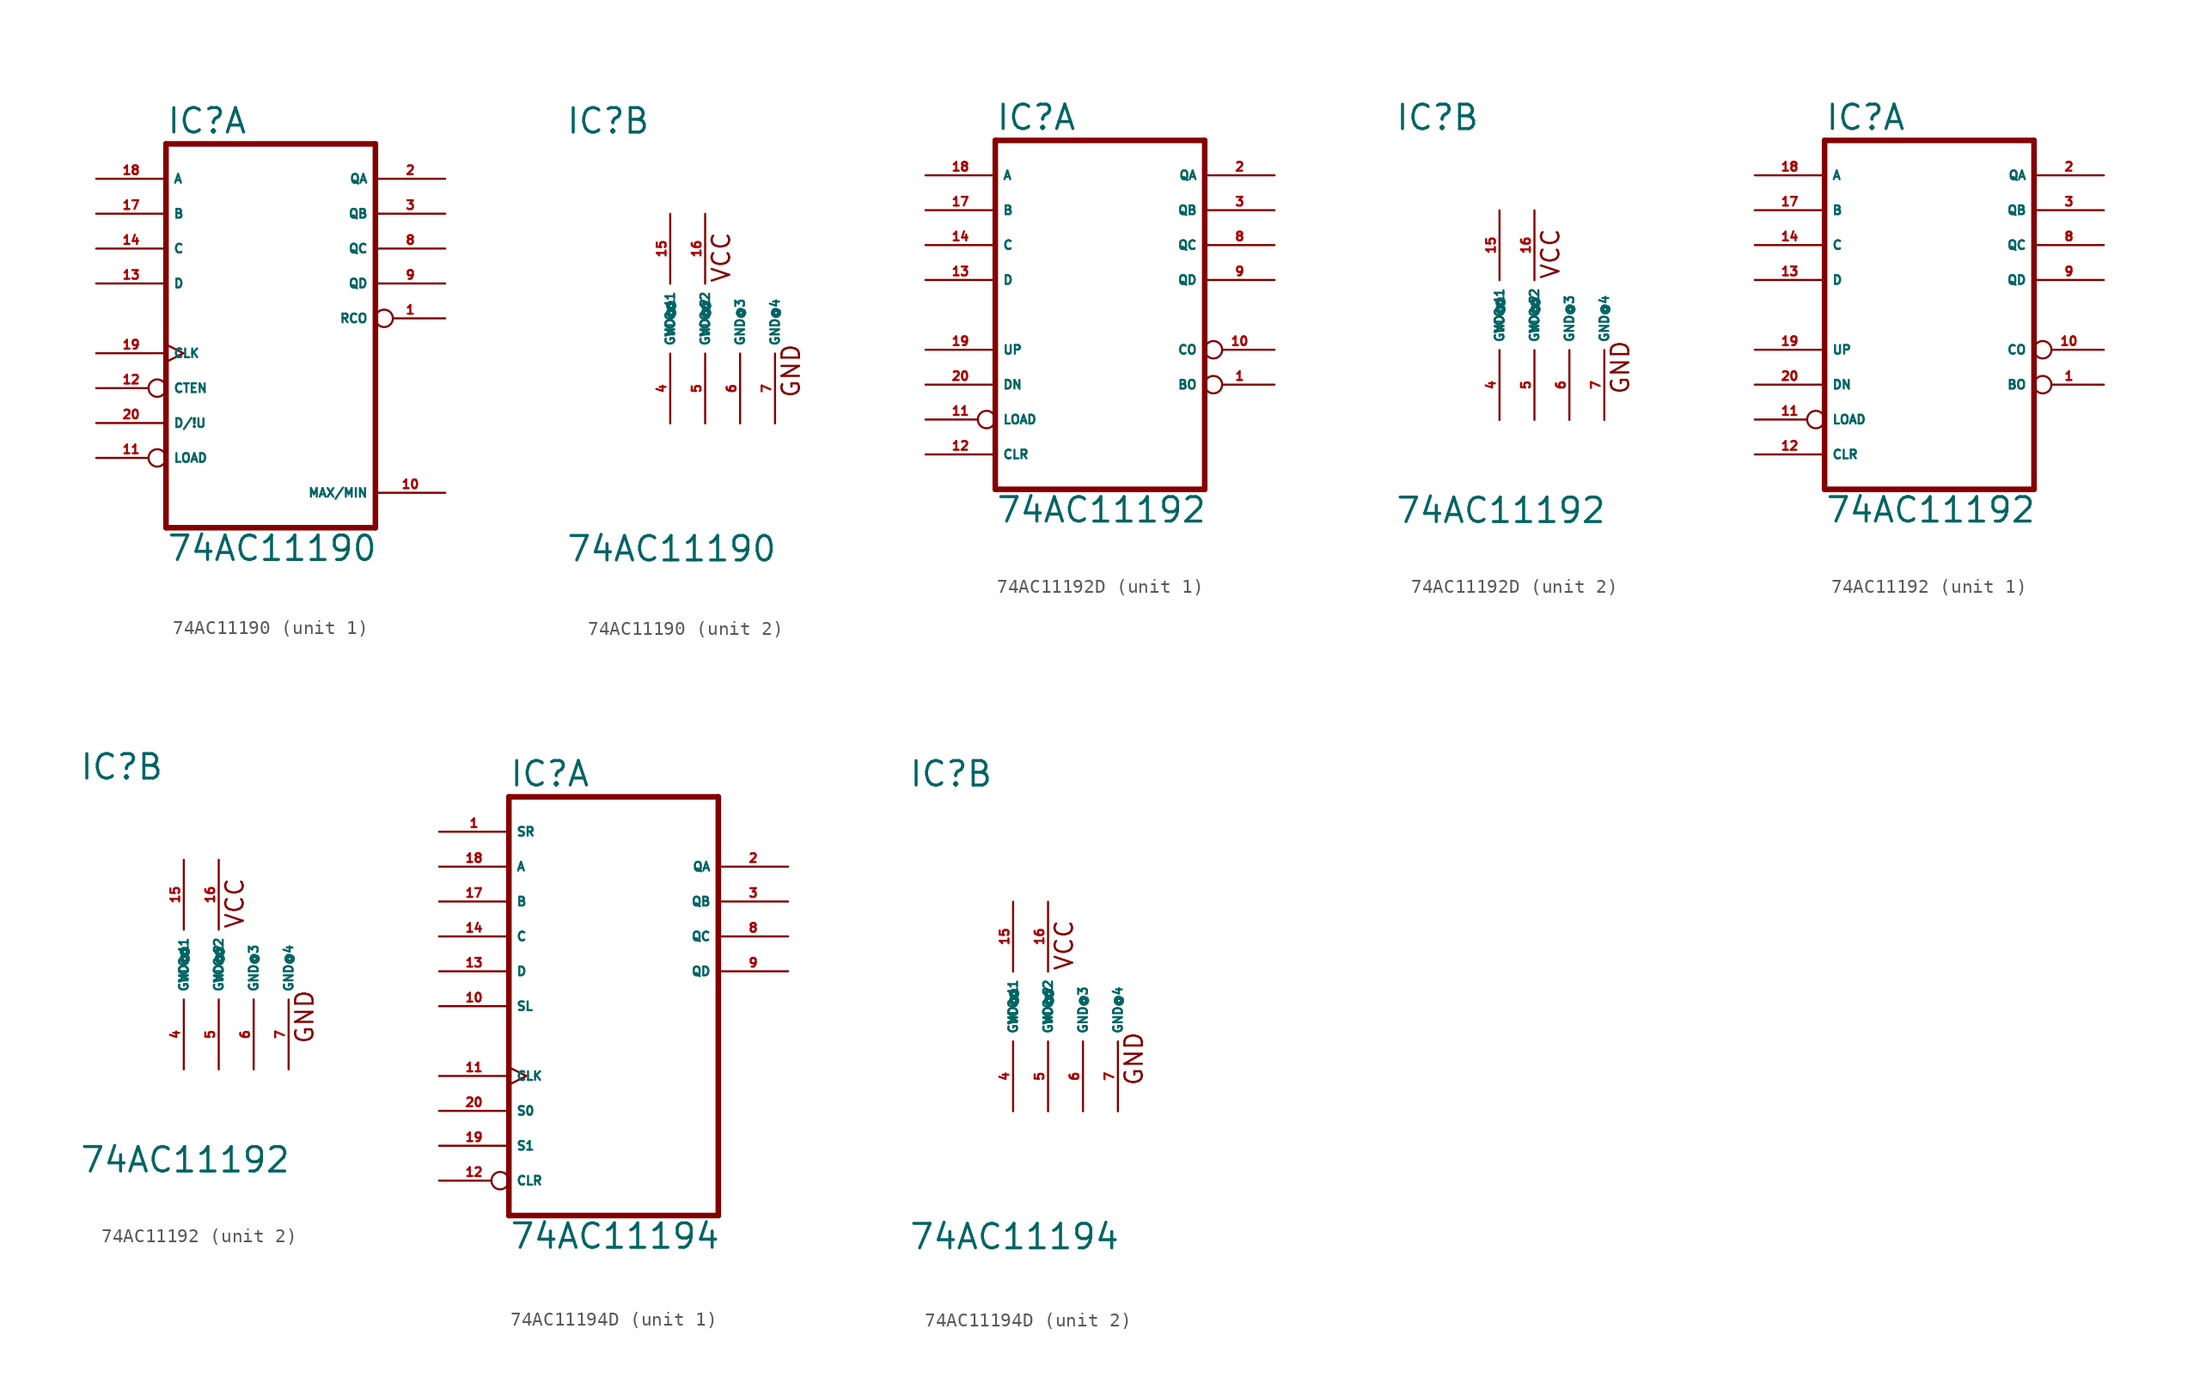
<source format=kicad_sym>
(kicad_symbol_lib
  (version 20220914)
  (generator Eagle2Kicad)
  (symbol "74AC11190"
    (property "Reference" "IC"
      (at -7.62 13.335 0)
      (effects (font (size 1.778 1.778) (thickness 0.22)) (justify left bottom)))
    (property "Value" "74AC11190"
      (at -7.62 -17.78 0)
      (effects (font (size 1.778 1.778) (thickness 0.22)) (justify left bottom)))
    (symbol "74AC11190_1_0"
      (polyline (pts (xy -7.62 -15.24) (xy 7.62 -15.24)) (stroke (width 0.406) (type default)) (fill (type none)))
      (polyline (pts (xy 7.62 -15.24) (xy 7.62 12.7)) (stroke (width 0.406) (type default)) (fill (type none)))
      (polyline (pts (xy 7.62 12.7) (xy -7.62 12.7)) (stroke (width 0.406) (type default)) (fill (type none)))
      (polyline (pts (xy -7.62 12.7) (xy -7.62 -15.24)) (stroke (width 0.406) (type default)) (fill (type none)))
      (pin output inverted (at 12.7 0 180) (length 5.08) (name "RCO" (effects (font (size 0.635 0.635) (thickness 0.08)) (justify left bottom))) (number "1" (effects (font (size 0.635 0.635) (thickness 0.08)) (justify left bottom))))
      (pin output line (at 12.7 10.16 180) (length 5.08) (name "QA" (effects (font (size 0.635 0.635) (thickness 0.08)) (justify left bottom))) (number "2" (effects (font (size 0.635 0.635) (thickness 0.08)) (justify left bottom))))
      (pin output line (at 12.7 7.62 180) (length 5.08) (name "QB" (effects (font (size 0.635 0.635) (thickness 0.08)) (justify left bottom))) (number "3" (effects (font (size 0.635 0.635) (thickness 0.08)) (justify left bottom))))
      (pin output line (at 12.7 5.08 180) (length 5.08) (name "QC" (effects (font (size 0.635 0.635) (thickness 0.08)) (justify left bottom))) (number "8" (effects (font (size 0.635 0.635) (thickness 0.08)) (justify left bottom))))
      (pin output line (at 12.7 2.54 180) (length 5.08) (name "QD" (effects (font (size 0.635 0.635) (thickness 0.08)) (justify left bottom))) (number "9" (effects (font (size 0.635 0.635) (thickness 0.08)) (justify left bottom))))
      (pin output line (at 12.7 -12.7 180) (length 5.08) (name "MAX/MIN" (effects (font (size 0.635 0.635) (thickness 0.08)) (justify left bottom))) (number "10" (effects (font (size 0.635 0.635) (thickness 0.08)) (justify left bottom))))
      (pin input inverted (at -12.7 -10.16 0) (length 5.08) (name "LOAD" (effects (font (size 0.635 0.635) (thickness 0.08)) (justify left bottom))) (number "11" (effects (font (size 0.635 0.635) (thickness 0.08)) (justify left bottom))))
      (pin input inverted (at -12.7 -5.08 0) (length 5.08) (name "CTEN" (effects (font (size 0.635 0.635) (thickness 0.08)) (justify left bottom))) (number "12" (effects (font (size 0.635 0.635) (thickness 0.08)) (justify left bottom))))
      (pin input line (at -12.7 2.54 0) (length 5.08) (name "D" (effects (font (size 0.635 0.635) (thickness 0.08)) (justify left bottom))) (number "13" (effects (font (size 0.635 0.635) (thickness 0.08)) (justify left bottom))))
      (pin input line (at -12.7 5.08 0) (length 5.08) (name "C" (effects (font (size 0.635 0.635) (thickness 0.08)) (justify left bottom))) (number "14" (effects (font (size 0.635 0.635) (thickness 0.08)) (justify left bottom))))
      (pin input line (at -12.7 7.62 0) (length 5.08) (name "B" (effects (font (size 0.635 0.635) (thickness 0.08)) (justify left bottom))) (number "17" (effects (font (size 0.635 0.635) (thickness 0.08)) (justify left bottom))))
      (pin input line (at -12.7 10.16 0) (length 5.08) (name "A" (effects (font (size 0.635 0.635) (thickness 0.08)) (justify left bottom))) (number "18" (effects (font (size 0.635 0.635) (thickness 0.08)) (justify left bottom))))
      (pin input clock (at -12.7 -2.54 0) (length 5.08) (name "CLK" (effects (font (size 0.635 0.635) (thickness 0.08)) (justify left bottom))) (number "19" (effects (font (size 0.635 0.635) (thickness 0.08)) (justify left bottom))))
      (pin input line (at -12.7 -7.62 0) (length 5.08) (name "D/!U" (effects (font (size 0.635 0.635) (thickness 0.08)) (justify left bottom))) (number "20" (effects (font (size 0.635 0.635) (thickness 0.08)) (justify left bottom)))))
    (symbol "74AC11190_2_0"
      (text "VCC" (at 4.445 2.54 900) (effects (font (size 1.27 1.27) (thickness 0.16)) (justify left bottom)))
      (text "GND" (at 9.525 -5.842 900) (effects (font (size 1.27 1.27) (thickness 0.16)) (justify left bottom)))
      (pin unspecified line (at 0 -7.62 90) (length 5.08) (name "GND@1" (effects (font (size 0.635 0.635) (thickness 0.08)) (justify left bottom))) (number "4" (effects (font (size 0.635 0.635) (thickness 0.08)) (justify left bottom))))
      (pin unspecified line (at 2.54 -7.62 90) (length 5.08) (name "GND@2" (effects (font (size 0.635 0.635) (thickness 0.08)) (justify left bottom))) (number "5" (effects (font (size 0.635 0.635) (thickness 0.08)) (justify left bottom))))
      (pin unspecified line (at 5.08 -7.62 90) (length 5.08) (name "GND@3" (effects (font (size 0.635 0.635) (thickness 0.08)) (justify left bottom))) (number "6" (effects (font (size 0.635 0.635) (thickness 0.08)) (justify left bottom))))
      (pin unspecified line (at 7.62 -7.62 90) (length 5.08) (name "GND@4" (effects (font (size 0.635 0.635) (thickness 0.08)) (justify left bottom))) (number "7" (effects (font (size 0.635 0.635) (thickness 0.08)) (justify left bottom))))
      (pin unspecified line (at 0 7.62 270) (length 5.08) (name "VCC@1" (effects (font (size 0.635 0.635) (thickness 0.08)) (justify left bottom))) (number "15" (effects (font (size 0.635 0.635) (thickness 0.08)) (justify left bottom))))
      (pin unspecified line (at 2.54 7.62 270) (length 5.08) (name "VCC@2" (effects (font (size 0.635 0.635) (thickness 0.08)) (justify left bottom))) (number "16" (effects (font (size 0.635 0.635) (thickness 0.08)) (justify left bottom))))))
  (symbol "74AC11192D"
    (property "Reference" "IC"
      (at -7.62 13.335 0)
      (effects (font (size 1.778 1.778) (thickness 0.22)) (justify left bottom)))
    (property "Value" "74AC11192"
      (at -7.62 -15.24 0)
      (effects (font (size 1.778 1.778) (thickness 0.22)) (justify left bottom)))
    (symbol "74AC11192D_1_0"
      (polyline (pts (xy -7.62 -12.7) (xy 7.62 -12.7)) (stroke (width 0.406) (type default)) (fill (type none)))
      (polyline (pts (xy 7.62 -12.7) (xy 7.62 12.7)) (stroke (width 0.406) (type default)) (fill (type none)))
      (polyline (pts (xy 7.62 12.7) (xy -7.62 12.7)) (stroke (width 0.406) (type default)) (fill (type none)))
      (polyline (pts (xy -7.62 12.7) (xy -7.62 -12.7)) (stroke (width 0.406) (type default)) (fill (type none)))
      (pin output inverted (at 12.7 -5.08 180) (length 5.08) (name "BO" (effects (font (size 0.635 0.635) (thickness 0.08)) (justify left bottom))) (number "1" (effects (font (size 0.635 0.635) (thickness 0.08)) (justify left bottom))))
      (pin output line (at 12.7 10.16 180) (length 5.08) (name "QA" (effects (font (size 0.635 0.635) (thickness 0.08)) (justify left bottom))) (number "2" (effects (font (size 0.635 0.635) (thickness 0.08)) (justify left bottom))))
      (pin output line (at 12.7 7.62 180) (length 5.08) (name "QB" (effects (font (size 0.635 0.635) (thickness 0.08)) (justify left bottom))) (number "3" (effects (font (size 0.635 0.635) (thickness 0.08)) (justify left bottom))))
      (pin output line (at 12.7 5.08 180) (length 5.08) (name "QC" (effects (font (size 0.635 0.635) (thickness 0.08)) (justify left bottom))) (number "8" (effects (font (size 0.635 0.635) (thickness 0.08)) (justify left bottom))))
      (pin output line (at 12.7 2.54 180) (length 5.08) (name "QD" (effects (font (size 0.635 0.635) (thickness 0.08)) (justify left bottom))) (number "9" (effects (font (size 0.635 0.635) (thickness 0.08)) (justify left bottom))))
      (pin output inverted (at 12.7 -2.54 180) (length 5.08) (name "CO" (effects (font (size 0.635 0.635) (thickness 0.08)) (justify left bottom))) (number "10" (effects (font (size 0.635 0.635) (thickness 0.08)) (justify left bottom))))
      (pin input inverted (at -12.7 -7.62 0) (length 5.08) (name "LOAD" (effects (font (size 0.635 0.635) (thickness 0.08)) (justify left bottom))) (number "11" (effects (font (size 0.635 0.635) (thickness 0.08)) (justify left bottom))))
      (pin input line (at -12.7 -10.16 0) (length 5.08) (name "CLR" (effects (font (size 0.635 0.635) (thickness 0.08)) (justify left bottom))) (number "12" (effects (font (size 0.635 0.635) (thickness 0.08)) (justify left bottom))))
      (pin input line (at -12.7 2.54 0) (length 5.08) (name "D" (effects (font (size 0.635 0.635) (thickness 0.08)) (justify left bottom))) (number "13" (effects (font (size 0.635 0.635) (thickness 0.08)) (justify left bottom))))
      (pin input line (at -12.7 5.08 0) (length 5.08) (name "C" (effects (font (size 0.635 0.635) (thickness 0.08)) (justify left bottom))) (number "14" (effects (font (size 0.635 0.635) (thickness 0.08)) (justify left bottom))))
      (pin input line (at -12.7 7.62 0) (length 5.08) (name "B" (effects (font (size 0.635 0.635) (thickness 0.08)) (justify left bottom))) (number "17" (effects (font (size 0.635 0.635) (thickness 0.08)) (justify left bottom))))
      (pin input line (at -12.7 10.16 0) (length 5.08) (name "A" (effects (font (size 0.635 0.635) (thickness 0.08)) (justify left bottom))) (number "18" (effects (font (size 0.635 0.635) (thickness 0.08)) (justify left bottom))))
      (pin input line (at -12.7 -2.54 0) (length 5.08) (name "UP" (effects (font (size 0.635 0.635) (thickness 0.08)) (justify left bottom))) (number "19" (effects (font (size 0.635 0.635) (thickness 0.08)) (justify left bottom))))
      (pin input line (at -12.7 -5.08 0) (length 5.08) (name "DN" (effects (font (size 0.635 0.635) (thickness 0.08)) (justify left bottom))) (number "20" (effects (font (size 0.635 0.635) (thickness 0.08)) (justify left bottom)))))
    (symbol "74AC11192D_2_0"
      (text "VCC" (at 4.445 2.54 900) (effects (font (size 1.27 1.27) (thickness 0.16)) (justify left bottom)))
      (text "GND" (at 9.525 -5.842 900) (effects (font (size 1.27 1.27) (thickness 0.16)) (justify left bottom)))
      (pin unspecified line (at 0 -7.62 90) (length 5.08) (name "GND@1" (effects (font (size 0.635 0.635) (thickness 0.08)) (justify left bottom))) (number "4" (effects (font (size 0.635 0.635) (thickness 0.08)) (justify left bottom))))
      (pin unspecified line (at 2.54 -7.62 90) (length 5.08) (name "GND@2" (effects (font (size 0.635 0.635) (thickness 0.08)) (justify left bottom))) (number "5" (effects (font (size 0.635 0.635) (thickness 0.08)) (justify left bottom))))
      (pin unspecified line (at 5.08 -7.62 90) (length 5.08) (name "GND@3" (effects (font (size 0.635 0.635) (thickness 0.08)) (justify left bottom))) (number "6" (effects (font (size 0.635 0.635) (thickness 0.08)) (justify left bottom))))
      (pin unspecified line (at 7.62 -7.62 90) (length 5.08) (name "GND@4" (effects (font (size 0.635 0.635) (thickness 0.08)) (justify left bottom))) (number "7" (effects (font (size 0.635 0.635) (thickness 0.08)) (justify left bottom))))
      (pin unspecified line (at 0 7.62 270) (length 5.08) (name "VCC@1" (effects (font (size 0.635 0.635) (thickness 0.08)) (justify left bottom))) (number "15" (effects (font (size 0.635 0.635) (thickness 0.08)) (justify left bottom))))
      (pin unspecified line (at 2.54 7.62 270) (length 5.08) (name "VCC@2" (effects (font (size 0.635 0.635) (thickness 0.08)) (justify left bottom))) (number "16" (effects (font (size 0.635 0.635) (thickness 0.08)) (justify left bottom))))))
  (symbol "74AC11192"
    (property "Reference" "IC"
      (at -7.62 13.335 0)
      (effects (font (size 1.778 1.778) (thickness 0.22)) (justify left bottom)))
    (property "Value" "74AC11192"
      (at -7.62 -15.24 0)
      (effects (font (size 1.778 1.778) (thickness 0.22)) (justify left bottom)))
    (symbol "74AC11192_1_0"
      (polyline (pts (xy -7.62 -12.7) (xy 7.62 -12.7)) (stroke (width 0.406) (type default)) (fill (type none)))
      (polyline (pts (xy 7.62 -12.7) (xy 7.62 12.7)) (stroke (width 0.406) (type default)) (fill (type none)))
      (polyline (pts (xy 7.62 12.7) (xy -7.62 12.7)) (stroke (width 0.406) (type default)) (fill (type none)))
      (polyline (pts (xy -7.62 12.7) (xy -7.62 -12.7)) (stroke (width 0.406) (type default)) (fill (type none)))
      (pin output inverted (at 12.7 -5.08 180) (length 5.08) (name "BO" (effects (font (size 0.635 0.635) (thickness 0.08)) (justify left bottom))) (number "1" (effects (font (size 0.635 0.635) (thickness 0.08)) (justify left bottom))))
      (pin output line (at 12.7 10.16 180) (length 5.08) (name "QA" (effects (font (size 0.635 0.635) (thickness 0.08)) (justify left bottom))) (number "2" (effects (font (size 0.635 0.635) (thickness 0.08)) (justify left bottom))))
      (pin output line (at 12.7 7.62 180) (length 5.08) (name "QB" (effects (font (size 0.635 0.635) (thickness 0.08)) (justify left bottom))) (number "3" (effects (font (size 0.635 0.635) (thickness 0.08)) (justify left bottom))))
      (pin output line (at 12.7 5.08 180) (length 5.08) (name "QC" (effects (font (size 0.635 0.635) (thickness 0.08)) (justify left bottom))) (number "8" (effects (font (size 0.635 0.635) (thickness 0.08)) (justify left bottom))))
      (pin output line (at 12.7 2.54 180) (length 5.08) (name "QD" (effects (font (size 0.635 0.635) (thickness 0.08)) (justify left bottom))) (number "9" (effects (font (size 0.635 0.635) (thickness 0.08)) (justify left bottom))))
      (pin output inverted (at 12.7 -2.54 180) (length 5.08) (name "CO" (effects (font (size 0.635 0.635) (thickness 0.08)) (justify left bottom))) (number "10" (effects (font (size 0.635 0.635) (thickness 0.08)) (justify left bottom))))
      (pin input inverted (at -12.7 -7.62 0) (length 5.08) (name "LOAD" (effects (font (size 0.635 0.635) (thickness 0.08)) (justify left bottom))) (number "11" (effects (font (size 0.635 0.635) (thickness 0.08)) (justify left bottom))))
      (pin input line (at -12.7 -10.16 0) (length 5.08) (name "CLR" (effects (font (size 0.635 0.635) (thickness 0.08)) (justify left bottom))) (number "12" (effects (font (size 0.635 0.635) (thickness 0.08)) (justify left bottom))))
      (pin input line (at -12.7 2.54 0) (length 5.08) (name "D" (effects (font (size 0.635 0.635) (thickness 0.08)) (justify left bottom))) (number "13" (effects (font (size 0.635 0.635) (thickness 0.08)) (justify left bottom))))
      (pin input line (at -12.7 5.08 0) (length 5.08) (name "C" (effects (font (size 0.635 0.635) (thickness 0.08)) (justify left bottom))) (number "14" (effects (font (size 0.635 0.635) (thickness 0.08)) (justify left bottom))))
      (pin input line (at -12.7 7.62 0) (length 5.08) (name "B" (effects (font (size 0.635 0.635) (thickness 0.08)) (justify left bottom))) (number "17" (effects (font (size 0.635 0.635) (thickness 0.08)) (justify left bottom))))
      (pin input line (at -12.7 10.16 0) (length 5.08) (name "A" (effects (font (size 0.635 0.635) (thickness 0.08)) (justify left bottom))) (number "18" (effects (font (size 0.635 0.635) (thickness 0.08)) (justify left bottom))))
      (pin input line (at -12.7 -2.54 0) (length 5.08) (name "UP" (effects (font (size 0.635 0.635) (thickness 0.08)) (justify left bottom))) (number "19" (effects (font (size 0.635 0.635) (thickness 0.08)) (justify left bottom))))
      (pin input line (at -12.7 -5.08 0) (length 5.08) (name "DN" (effects (font (size 0.635 0.635) (thickness 0.08)) (justify left bottom))) (number "20" (effects (font (size 0.635 0.635) (thickness 0.08)) (justify left bottom)))))
    (symbol "74AC11192_2_0"
      (text "VCC" (at 4.445 2.54 900) (effects (font (size 1.27 1.27) (thickness 0.16)) (justify left bottom)))
      (text "GND" (at 9.525 -5.842 900) (effects (font (size 1.27 1.27) (thickness 0.16)) (justify left bottom)))
      (pin unspecified line (at 0 -7.62 90) (length 5.08) (name "GND@1" (effects (font (size 0.635 0.635) (thickness 0.08)) (justify left bottom))) (number "4" (effects (font (size 0.635 0.635) (thickness 0.08)) (justify left bottom))))
      (pin unspecified line (at 2.54 -7.62 90) (length 5.08) (name "GND@2" (effects (font (size 0.635 0.635) (thickness 0.08)) (justify left bottom))) (number "5" (effects (font (size 0.635 0.635) (thickness 0.08)) (justify left bottom))))
      (pin unspecified line (at 5.08 -7.62 90) (length 5.08) (name "GND@3" (effects (font (size 0.635 0.635) (thickness 0.08)) (justify left bottom))) (number "6" (effects (font (size 0.635 0.635) (thickness 0.08)) (justify left bottom))))
      (pin unspecified line (at 7.62 -7.62 90) (length 5.08) (name "GND@4" (effects (font (size 0.635 0.635) (thickness 0.08)) (justify left bottom))) (number "7" (effects (font (size 0.635 0.635) (thickness 0.08)) (justify left bottom))))
      (pin unspecified line (at 0 7.62 270) (length 5.08) (name "VCC@1" (effects (font (size 0.635 0.635) (thickness 0.08)) (justify left bottom))) (number "15" (effects (font (size 0.635 0.635) (thickness 0.08)) (justify left bottom))))
      (pin unspecified line (at 2.54 7.62 270) (length 5.08) (name "VCC@2" (effects (font (size 0.635 0.635) (thickness 0.08)) (justify left bottom))) (number "16" (effects (font (size 0.635 0.635) (thickness 0.08)) (justify left bottom))))))
  (symbol "74AC11194D"
    (property "Reference" "IC"
      (at -7.62 15.875 0)
      (effects (font (size 1.778 1.778) (thickness 0.22)) (justify left bottom)))
    (property "Value" "74AC11194"
      (at -7.62 -17.78 0)
      (effects (font (size 1.778 1.778) (thickness 0.22)) (justify left bottom)))
    (symbol "74AC11194D_1_0"
      (polyline (pts (xy -7.62 -15.24) (xy 7.62 -15.24)) (stroke (width 0.406) (type default)) (fill (type none)))
      (polyline (pts (xy 7.62 -15.24) (xy 7.62 15.24)) (stroke (width 0.406) (type default)) (fill (type none)))
      (polyline (pts (xy 7.62 15.24) (xy -7.62 15.24)) (stroke (width 0.406) (type default)) (fill (type none)))
      (polyline (pts (xy -7.62 15.24) (xy -7.62 -15.24)) (stroke (width 0.406) (type default)) (fill (type none)))
      (pin input line (at -12.7 12.7 0) (length 5.08) (name "SR" (effects (font (size 0.635 0.635) (thickness 0.08)) (justify left bottom))) (number "1" (effects (font (size 0.635 0.635) (thickness 0.08)) (justify left bottom))))
      (pin output line (at 12.7 10.16 180) (length 5.08) (name "QA" (effects (font (size 0.635 0.635) (thickness 0.08)) (justify left bottom))) (number "2" (effects (font (size 0.635 0.635) (thickness 0.08)) (justify left bottom))))
      (pin output line (at 12.7 7.62 180) (length 5.08) (name "QB" (effects (font (size 0.635 0.635) (thickness 0.08)) (justify left bottom))) (number "3" (effects (font (size 0.635 0.635) (thickness 0.08)) (justify left bottom))))
      (pin output line (at 12.7 5.08 180) (length 5.08) (name "QC" (effects (font (size 0.635 0.635) (thickness 0.08)) (justify left bottom))) (number "8" (effects (font (size 0.635 0.635) (thickness 0.08)) (justify left bottom))))
      (pin output line (at 12.7 2.54 180) (length 5.08) (name "QD" (effects (font (size 0.635 0.635) (thickness 0.08)) (justify left bottom))) (number "9" (effects (font (size 0.635 0.635) (thickness 0.08)) (justify left bottom))))
      (pin input line (at -12.7 0 0) (length 5.08) (name "SL" (effects (font (size 0.635 0.635) (thickness 0.08)) (justify left bottom))) (number "10" (effects (font (size 0.635 0.635) (thickness 0.08)) (justify left bottom))))
      (pin input clock (at -12.7 -5.08 0) (length 5.08) (name "CLK" (effects (font (size 0.635 0.635) (thickness 0.08)) (justify left bottom))) (number "11" (effects (font (size 0.635 0.635) (thickness 0.08)) (justify left bottom))))
      (pin input inverted (at -12.7 -12.7 0) (length 5.08) (name "CLR" (effects (font (size 0.635 0.635) (thickness 0.08)) (justify left bottom))) (number "12" (effects (font (size 0.635 0.635) (thickness 0.08)) (justify left bottom))))
      (pin input line (at -12.7 2.54 0) (length 5.08) (name "D" (effects (font (size 0.635 0.635) (thickness 0.08)) (justify left bottom))) (number "13" (effects (font (size 0.635 0.635) (thickness 0.08)) (justify left bottom))))
      (pin input line (at -12.7 5.08 0) (length 5.08) (name "C" (effects (font (size 0.635 0.635) (thickness 0.08)) (justify left bottom))) (number "14" (effects (font (size 0.635 0.635) (thickness 0.08)) (justify left bottom))))
      (pin input line (at -12.7 7.62 0) (length 5.08) (name "B" (effects (font (size 0.635 0.635) (thickness 0.08)) (justify left bottom))) (number "17" (effects (font (size 0.635 0.635) (thickness 0.08)) (justify left bottom))))
      (pin input line (at -12.7 10.16 0) (length 5.08) (name "A" (effects (font (size 0.635 0.635) (thickness 0.08)) (justify left bottom))) (number "18" (effects (font (size 0.635 0.635) (thickness 0.08)) (justify left bottom))))
      (pin input line (at -12.7 -10.16 0) (length 5.08) (name "S1" (effects (font (size 0.635 0.635) (thickness 0.08)) (justify left bottom))) (number "19" (effects (font (size 0.635 0.635) (thickness 0.08)) (justify left bottom))))
      (pin input line (at -12.7 -7.62 0) (length 5.08) (name "S0" (effects (font (size 0.635 0.635) (thickness 0.08)) (justify left bottom))) (number "20" (effects (font (size 0.635 0.635) (thickness 0.08)) (justify left bottom)))))
    (symbol "74AC11194D_2_0"
      (text "VCC" (at 4.445 2.54 900) (effects (font (size 1.27 1.27) (thickness 0.16)) (justify left bottom)))
      (text "GND" (at 9.525 -5.842 900) (effects (font (size 1.27 1.27) (thickness 0.16)) (justify left bottom)))
      (pin unspecified line (at 0 -7.62 90) (length 5.08) (name "GND@1" (effects (font (size 0.635 0.635) (thickness 0.08)) (justify left bottom))) (number "4" (effects (font (size 0.635 0.635) (thickness 0.08)) (justify left bottom))))
      (pin unspecified line (at 2.54 -7.62 90) (length 5.08) (name "GND@2" (effects (font (size 0.635 0.635) (thickness 0.08)) (justify left bottom))) (number "5" (effects (font (size 0.635 0.635) (thickness 0.08)) (justify left bottom))))
      (pin unspecified line (at 5.08 -7.62 90) (length 5.08) (name "GND@3" (effects (font (size 0.635 0.635) (thickness 0.08)) (justify left bottom))) (number "6" (effects (font (size 0.635 0.635) (thickness 0.08)) (justify left bottom))))
      (pin unspecified line (at 7.62 -7.62 90) (length 5.08) (name "GND@4" (effects (font (size 0.635 0.635) (thickness 0.08)) (justify left bottom))) (number "7" (effects (font (size 0.635 0.635) (thickness 0.08)) (justify left bottom))))
      (pin unspecified line (at 0 7.62 270) (length 5.08) (name "VCC@1" (effects (font (size 0.635 0.635) (thickness 0.08)) (justify left bottom))) (number "15" (effects (font (size 0.635 0.635) (thickness 0.08)) (justify left bottom))))
      (pin unspecified line (at 2.54 7.62 270) (length 5.08) (name "VCC@2" (effects (font (size 0.635 0.635) (thickness 0.08)) (justify left bottom))) (number "16" (effects (font (size 0.635 0.635) (thickness 0.08)) (justify left bottom)))))))
</source>
